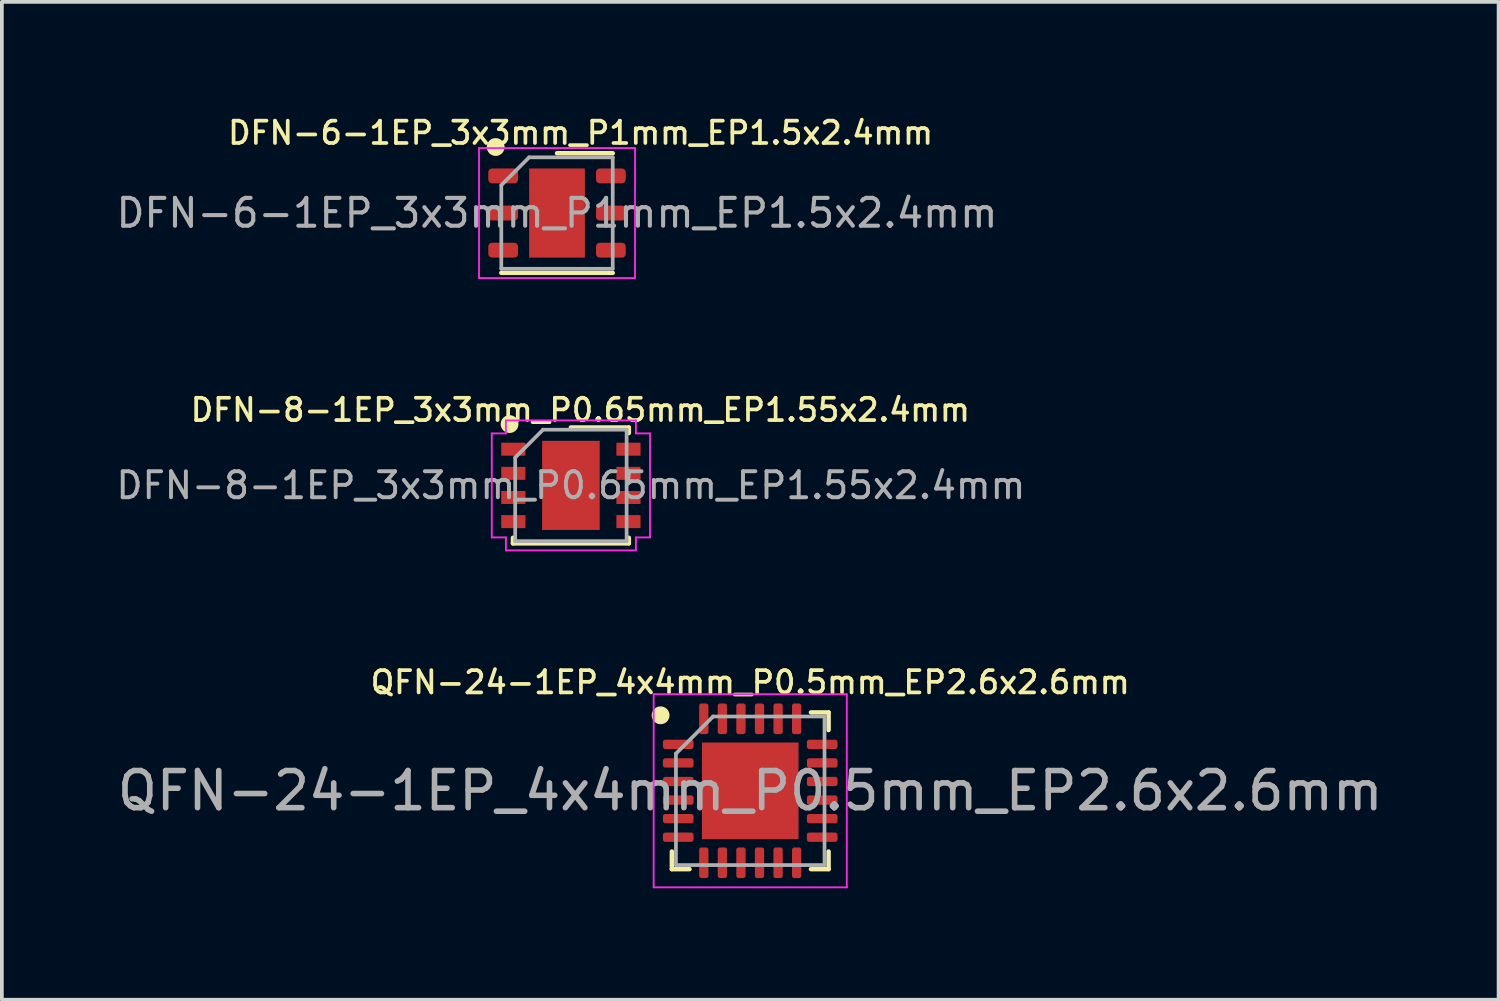
<source format=kicad_pcb>
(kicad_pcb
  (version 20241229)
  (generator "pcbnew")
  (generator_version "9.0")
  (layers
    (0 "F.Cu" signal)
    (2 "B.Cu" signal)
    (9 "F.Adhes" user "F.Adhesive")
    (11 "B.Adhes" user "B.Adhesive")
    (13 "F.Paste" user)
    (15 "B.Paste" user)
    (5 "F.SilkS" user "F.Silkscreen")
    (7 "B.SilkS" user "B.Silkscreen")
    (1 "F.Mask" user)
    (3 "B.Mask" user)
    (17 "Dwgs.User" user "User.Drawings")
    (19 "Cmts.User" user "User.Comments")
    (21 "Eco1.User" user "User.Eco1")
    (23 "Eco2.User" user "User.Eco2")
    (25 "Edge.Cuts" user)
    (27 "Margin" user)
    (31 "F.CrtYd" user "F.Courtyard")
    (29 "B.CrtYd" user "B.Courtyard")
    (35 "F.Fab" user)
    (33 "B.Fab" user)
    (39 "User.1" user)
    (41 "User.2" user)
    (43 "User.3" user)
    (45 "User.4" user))
  (footprint "DFN-8-1EP_3x3mm_P0.65mm_EP1.55x2.4mm"
    (layer "F.Cu")
    (at 12.321 10.019)
    (property "Reference" "DFN-8-1EP_3x3mm_P0.65mm_EP1.55x2.4mm" (at 0.254 -2.032 0) (layer "F.SilkS") (effects (font (size 0.6 0.6) (thickness 0.1))))
    (attr smd)
    (fp_line (start -1.56 1.56) (end -1.56 1.41) (stroke (width 0.12) (type solid)) (layer "F.SilkS"))
    (fp_line (start -1.56 1.56) (end 1.56 1.56) (stroke (width 0.12) (type solid)) (layer "F.SilkS"))
    (fp_line (start 0 -1.56) (end 1.56 -1.56) (stroke (width 0.12) (type solid)) (layer "F.SilkS"))
    (fp_line (start 1.56 -1.56) (end 1.56 -1.41) (stroke (width 0.12) (type solid)) (layer "F.SilkS"))
    (fp_line (start 1.56 1.56) (end 1.56 1.41) (stroke (width 0.12) (type solid)) (layer "F.SilkS"))
    (fp_circle (center -1.651 -1.651) (end -1.471 -1.651) (stroke (width 0.12) (type solid)) (fill yes) (layer "F.SilkS"))
    (fp_line (start -2.13 -1.4) (end -2.13 1.4) (stroke (width 0.05) (type solid)) (layer "F.CrtYd"))
    (fp_line (start -1.75 -1.75) (end -1.75 -1.4) (stroke (width 0.05) (type solid)) (layer "F.CrtYd"))
    (fp_line (start -1.75 -1.75) (end 1.75 -1.75) (stroke (width 0.05) (type solid)) (layer "F.CrtYd"))
    (fp_line (start -1.75 -1.4) (end -2.13 -1.4) (stroke (width 0.05) (type solid)) (layer "F.CrtYd"))
    (fp_line (start -1.75 1.4) (end -2.13 1.4) (stroke (width 0.05) (type solid)) (layer "F.CrtYd"))
    (fp_line (start -1.75 1.75) (end -1.75 1.4) (stroke (width 0.05) (type solid)) (layer "F.CrtYd"))
    (fp_line (start -1.75 1.75) (end 1.75 1.75) (stroke (width 0.05) (type solid)) (layer "F.CrtYd"))
    (fp_line (start 1.75 -1.75) (end 1.75 -1.4) (stroke (width 0.05) (type solid)) (layer "F.CrtYd"))
    (fp_line (start 1.75 -1.4) (end 2.13 -1.4) (stroke (width 0.05) (type solid)) (layer "F.CrtYd"))
    (fp_line (start 1.75 1.4) (end 2.13 1.4) (stroke (width 0.05) (type solid)) (layer "F.CrtYd"))
    (fp_line (start 1.75 1.75) (end 1.75 1.4) (stroke (width 0.05) (type solid)) (layer "F.CrtYd"))
    (fp_line (start 2.13 -1.4) (end 2.13 1.4) (stroke (width 0.05) (type solid)) (layer "F.CrtYd"))
    (fp_line (start -1.5 -0.75) (end -0.75 -1.5) (stroke (width 0.1) (type solid)) (layer "F.Fab"))
    (fp_line (start -1.5 1.5) (end -1.5 -0.75) (stroke (width 0.1) (type solid)) (layer "F.Fab"))
    (fp_line (start -0.75 -1.5) (end 1.5 -1.5) (stroke (width 0.1) (type solid)) (layer "F.Fab"))
    (fp_line (start 1.5 -1.5) (end 1.5 1.5) (stroke (width 0.1) (type solid)) (layer "F.Fab"))
    (fp_line (start 1.5 1.5) (end -1.5 1.5) (stroke (width 0.1) (type solid)) (layer "F.Fab"))
    (fp_text user "${REFERENCE}" (at 0 0 0) (layer "F.Fab") (effects (font (size 0.7 0.7) (thickness 0.105))))
    (pad "" smd rect (at -0.388 -0.6) (size 0.6 1) (layers "F.Paste"))
    (pad "" smd rect (at -0.388 0.6) (size 0.6 1) (layers "F.Paste"))
    (pad "" smd rect (at 0.388 -0.6) (size 0.6 1) (layers "F.Paste"))
    (pad "" smd rect (at 0.388 0.6) (size 0.6 1) (layers "F.Paste"))
    (pad "1" smd rect (at -1.55 -0.975) (size 0.65 0.35) (layers "F.Cu" "F.Mask" "F.Paste"))
    (pad "2" smd rect (at -1.55 -0.325) (size 0.65 0.35) (layers "F.Cu" "F.Mask" "F.Paste"))
    (pad "3" smd rect (at -1.55 0.325) (size 0.65 0.35) (layers "F.Cu" "F.Mask" "F.Paste"))
    (pad "4" smd rect (at -1.55 0.975) (size 0.65 0.35) (layers "F.Cu" "F.Mask" "F.Paste"))
    (pad "5" smd rect (at 1.55 0.975) (size 0.65 0.35) (layers "F.Cu" "F.Mask" "F.Paste"))
    (pad "6" smd rect (at 1.55 0.325) (size 0.65 0.35) (layers "F.Cu" "F.Mask" "F.Paste"))
    (pad "7" smd rect (at 1.55 -0.325) (size 0.65 0.35) (layers "F.Cu" "F.Mask" "F.Paste"))
    (pad "8" smd rect (at 1.55 -0.975) (size 0.65 0.35) (layers "F.Cu" "F.Mask" "F.Paste"))
    (pad "9" smd rect (at 0 0) (size 1.55 2.4) (layers "F.Cu" "F.Mask")))
  (footprint "DFN-6-1EP_3x3mm_P1mm_EP1.5x2.4mm"
    (layer "F.Cu")
    (at 11.947 2.686)
    (property "Reference" "DFN-6-1EP_3x3mm_P1mm_EP1.5x2.4mm" (at 0.635 -2.159 0) (layer "F.SilkS") (effects (font (size 0.6 0.6) (thickness 0.1))))
    (attr smd)
    (fp_line (start -1.5 1.61) (end 1.5 1.61) (stroke (width 0.12) (type solid)) (layer "F.SilkS"))
    (fp_line (start 0 -1.61) (end 1.5 -1.61) (stroke (width 0.12) (type solid)) (layer "F.SilkS"))
    (fp_circle (center -1.651 -1.778) (end -1.471 -1.778) (stroke (width 0.12) (type solid)) (fill yes) (layer "F.SilkS"))
    (fp_line (start -2.1 -1.75) (end -2.1 1.75) (stroke (width 0.05) (type solid)) (layer "F.CrtYd"))
    (fp_line (start -2.1 1.75) (end 2.1 1.75) (stroke (width 0.05) (type solid)) (layer "F.CrtYd"))
    (fp_line (start 2.1 -1.75) (end -2.1 -1.75) (stroke (width 0.05) (type solid)) (layer "F.CrtYd"))
    (fp_line (start 2.1 1.75) (end 2.1 -1.75) (stroke (width 0.05) (type solid)) (layer "F.CrtYd"))
    (fp_line (start -1.5 -0.75) (end -0.75 -1.5) (stroke (width 0.1) (type solid)) (layer "F.Fab"))
    (fp_line (start -1.5 1.5) (end -1.5 -0.75) (stroke (width 0.1) (type solid)) (layer "F.Fab"))
    (fp_line (start -0.75 -1.5) (end 1.5 -1.5) (stroke (width 0.1) (type solid)) (layer "F.Fab"))
    (fp_line (start 1.5 -1.5) (end 1.5 1.5) (stroke (width 0.1) (type solid)) (layer "F.Fab"))
    (fp_line (start 1.5 1.5) (end -1.5 1.5) (stroke (width 0.1) (type solid)) (layer "F.Fab"))
    (fp_text user "${REFERENCE}" (at 0 0 0) (layer "F.Fab") (effects (font (size 0.75 0.75) (thickness 0.11))))
    (pad "" smd roundrect (at -0.375 -0.6) (size 0.6 0.97) (layers "F.Paste") (roundrect_rratio 0.25))
    (pad "" smd roundrect (at -0.375 0.6) (size 0.6 0.97) (layers "F.Paste") (roundrect_rratio 0.25))
    (pad "" smd roundrect (at 0.375 -0.6) (size 0.6 0.97) (layers "F.Paste") (roundrect_rratio 0.25))
    (pad "" smd roundrect (at 0.375 0.6) (size 0.6 0.97) (layers "F.Paste") (roundrect_rratio 0.25))
    (pad "1" smd roundrect (at -1.45 -1) (size 0.8 0.4) (layers "F.Cu" "F.Mask" "F.Paste") (roundrect_rratio 0.25))
    (pad "2" smd roundrect (at -1.45 0) (size 0.8 0.4) (layers "F.Cu" "F.Mask" "F.Paste") (roundrect_rratio 0.25))
    (pad "3" smd roundrect (at -1.45 1) (size 0.8 0.4) (layers "F.Cu" "F.Mask" "F.Paste") (roundrect_rratio 0.25))
    (pad "4" smd roundrect (at 1.45 1) (size 0.8 0.4) (layers "F.Cu" "F.Mask" "F.Paste") (roundrect_rratio 0.25))
    (pad "5" smd roundrect (at 1.45 0) (size 0.8 0.4) (layers "F.Cu" "F.Mask" "F.Paste") (roundrect_rratio 0.25))
    (pad "6" smd roundrect (at 1.45 -1) (size 0.8 0.4) (layers "F.Cu" "F.Mask" "F.Paste") (roundrect_rratio 0.25))
    (pad "7" smd rect (at 0 0) (size 1.5 2.4) (layers "F.Cu" "F.Mask")))
  (footprint "QFN-24-1EP_4x4mm_P0.5mm_EP2.6x2.6mm"
    (layer "F.Cu")
    (at 17.149 18.241)
    (property "Reference" "QFN-24-1EP_4x4mm_P0.5mm_EP2.6x2.6mm" (at 0 -2.921 0) (layer "F.SilkS") (effects (font (size 0.6 0.6) (thickness 0.1))))
    (attr smd)
    (fp_line (start -2.11 2.11) (end -2.11 1.635) (stroke (width 0.12) (type solid)) (layer "F.SilkS"))
    (fp_line (start -1.635 2.11) (end -2.11 2.11) (stroke (width 0.12) (type solid)) (layer "F.SilkS"))
    (fp_line (start 1.635 -2.11) (end 2.11 -2.11) (stroke (width 0.12) (type solid)) (layer "F.SilkS"))
    (fp_line (start 1.635 2.11) (end 2.11 2.11) (stroke (width 0.12) (type solid)) (layer "F.SilkS"))
    (fp_line (start 2.11 -2.11) (end 2.11 -1.635) (stroke (width 0.12) (type solid)) (layer "F.SilkS"))
    (fp_line (start 2.11 2.11) (end 2.11 1.635) (stroke (width 0.12) (type solid)) (layer "F.SilkS"))
    (fp_circle (center -2.413 -2.032) (end -2.233 -2.032) (stroke (width 0.12) (type solid)) (fill yes) (layer "F.SilkS"))
    (fp_line (start -2.6 -2.6) (end -2.6 2.6) (stroke (width 0.05) (type solid)) (layer "F.CrtYd"))
    (fp_line (start -2.6 2.6) (end 2.6 2.6) (stroke (width 0.05) (type solid)) (layer "F.CrtYd"))
    (fp_line (start 2.6 -2.6) (end -2.6 -2.6) (stroke (width 0.05) (type solid)) (layer "F.CrtYd"))
    (fp_line (start 2.6 2.6) (end 2.6 -2.6) (stroke (width 0.05) (type solid)) (layer "F.CrtYd"))
    (fp_line (start -2 -1) (end -1 -2) (stroke (width 0.1) (type solid)) (layer "F.Fab"))
    (fp_line (start -2 2) (end -2 -1) (stroke (width 0.1) (type solid)) (layer "F.Fab"))
    (fp_line (start -1 -2) (end 2 -2) (stroke (width 0.1) (type solid)) (layer "F.Fab"))
    (fp_line (start 2 -2) (end 2 2) (stroke (width 0.1) (type solid)) (layer "F.Fab"))
    (fp_line (start 2 2) (end -2 2) (stroke (width 0.1) (type solid)) (layer "F.Fab"))
    (fp_text user "${REFERENCE}" (at 0 0 0) (layer "F.Fab") (effects (font (size 1 1) (thickness 0.15))))
    (pad "" smd roundrect (at -0.65 -0.65) (size 1.05 1.05) (layers "F.Paste") (roundrect_rratio 0.238))
    (pad "" smd roundrect (at -0.65 0.65) (size 1.05 1.05) (layers "F.Paste") (roundrect_rratio 0.238))
    (pad "" smd roundrect (at 0.65 -0.65) (size 1.05 1.05) (layers "F.Paste") (roundrect_rratio 0.238))
    (pad "" smd roundrect (at 0.65 0.65) (size 1.05 1.05) (layers "F.Paste") (roundrect_rratio 0.238))
    (pad "1" smd roundrect (at -1.938 -1.25) (size 0.825 0.25) (layers "F.Cu" "F.Mask" "F.Paste") (roundrect_rratio 0.25))
    (pad "2" smd roundrect (at -1.938 -0.75) (size 0.825 0.25) (layers "F.Cu" "F.Mask" "F.Paste") (roundrect_rratio 0.25))
    (pad "3" smd roundrect (at -1.938 -0.25) (size 0.825 0.25) (layers "F.Cu" "F.Mask" "F.Paste") (roundrect_rratio 0.25))
    (pad "4" smd roundrect (at -1.938 0.25) (size 0.825 0.25) (layers "F.Cu" "F.Mask" "F.Paste") (roundrect_rratio 0.25))
    (pad "5" smd roundrect (at -1.938 0.75) (size 0.825 0.25) (layers "F.Cu" "F.Mask" "F.Paste") (roundrect_rratio 0.25))
    (pad "6" smd roundrect (at -1.938 1.25) (size 0.825 0.25) (layers "F.Cu" "F.Mask" "F.Paste") (roundrect_rratio 0.25))
    (pad "7" smd roundrect (at -1.25 1.938) (size 0.25 0.825) (layers "F.Cu" "F.Mask" "F.Paste") (roundrect_rratio 0.25))
    (pad "8" smd roundrect (at -0.75 1.938) (size 0.25 0.825) (layers "F.Cu" "F.Mask" "F.Paste") (roundrect_rratio 0.25))
    (pad "9" smd roundrect (at -0.25 1.938) (size 0.25 0.825) (layers "F.Cu" "F.Mask" "F.Paste") (roundrect_rratio 0.25))
    (pad "10" smd roundrect (at 0.25 1.938) (size 0.25 0.825) (layers "F.Cu" "F.Mask" "F.Paste") (roundrect_rratio 0.25))
    (pad "11" smd roundrect (at 0.75 1.938) (size 0.25 0.825) (layers "F.Cu" "F.Mask" "F.Paste") (roundrect_rratio 0.25))
    (pad "12" smd roundrect (at 1.25 1.938) (size 0.25 0.825) (layers "F.Cu" "F.Mask" "F.Paste") (roundrect_rratio 0.25))
    (pad "13" smd roundrect (at 1.938 1.25) (size 0.825 0.25) (layers "F.Cu" "F.Mask" "F.Paste") (roundrect_rratio 0.25))
    (pad "14" smd roundrect (at 1.938 0.75) (size 0.825 0.25) (layers "F.Cu" "F.Mask" "F.Paste") (roundrect_rratio 0.25))
    (pad "15" smd roundrect (at 1.938 0.25) (size 0.825 0.25) (layers "F.Cu" "F.Mask" "F.Paste") (roundrect_rratio 0.25))
    (pad "16" smd roundrect (at 1.938 -0.25) (size 0.825 0.25) (layers "F.Cu" "F.Mask" "F.Paste") (roundrect_rratio 0.25))
    (pad "17" smd roundrect (at 1.938 -0.75) (size 0.825 0.25) (layers "F.Cu" "F.Mask" "F.Paste") (roundrect_rratio 0.25))
    (pad "18" smd roundrect (at 1.938 -1.25) (size 0.825 0.25) (layers "F.Cu" "F.Mask" "F.Paste") (roundrect_rratio 0.25))
    (pad "19" smd roundrect (at 1.25 -1.938) (size 0.25 0.825) (layers "F.Cu" "F.Mask" "F.Paste") (roundrect_rratio 0.25))
    (pad "20" smd roundrect (at 0.75 -1.938) (size 0.25 0.825) (layers "F.Cu" "F.Mask" "F.Paste") (roundrect_rratio 0.25))
    (pad "21" smd roundrect (at 0.25 -1.938) (size 0.25 0.825) (layers "F.Cu" "F.Mask" "F.Paste") (roundrect_rratio 0.25))
    (pad "22" smd roundrect (at -0.25 -1.938) (size 0.25 0.825) (layers "F.Cu" "F.Mask" "F.Paste") (roundrect_rratio 0.25))
    (pad "23" smd roundrect (at -0.75 -1.938) (size 0.25 0.825) (layers "F.Cu" "F.Mask" "F.Paste") (roundrect_rratio 0.25))
    (pad "24" smd roundrect (at -1.25 -1.938) (size 0.25 0.825) (layers "F.Cu" "F.Mask" "F.Paste") (roundrect_rratio 0.25))
    (pad "25" smd rect (at 0 0) (size 2.6 2.6) (layers "F.Cu" "F.Mask")))
  (gr_rect
    (start -3 -3)
    (end 37.298 23.866)
    (stroke (width 0.1) (type default))
    (fill no)
    (layer "Edge.Cuts")))
</source>
